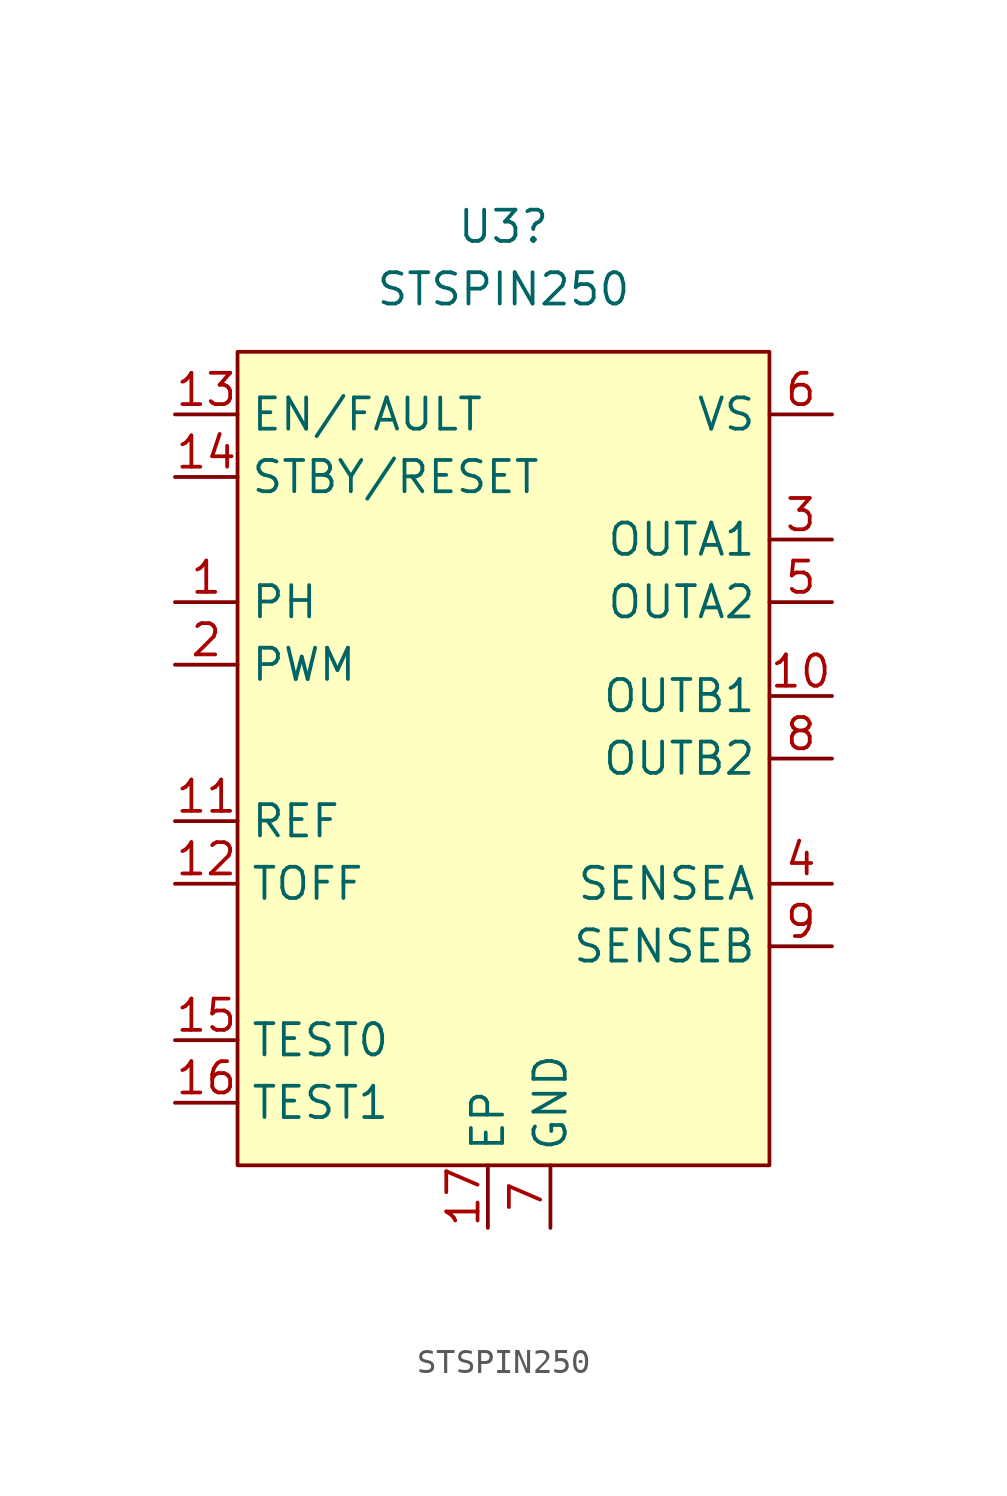
<source format=kicad_sym>
(kicad_symbol_lib
  (version 20211014)
  (generator kicad_symbol_editor)
  (symbol "STSPIN250"
    (property "Reference" "U3"
      (at -0.635 10.16 0)
      (effects (font (size 1.27 1.27))))
    (property "Value" "STSPIN250"
      (at -0.635 7.62 0)
      (effects (font (size 1.27 1.27))))
    (symbol "STSPIN250_0_0"
      (pin input line (at 12.7 -8.89 180) (length 2.54) (name "OUTB1" (effects (font (size 1.27 1.27)))) (number "10" (effects (font (size 1.27 1.27)))))
      (pin input line (at -13.97 -13.97 0) (length 2.54) (name "REF" (effects (font (size 1.27 1.27)))) (number "11" (effects (font (size 1.27 1.27)))))
      (pin input line (at -13.97 -16.51 0) (length 2.54) (name "TOFF" (effects (font (size 1.27 1.27)))) (number "12" (effects (font (size 1.27 1.27)))))
      (pin input line (at -13.97 2.54 0) (length 2.54) (name "EN/FAULT" (effects (font (size 1.27 1.27)))) (number "13" (effects (font (size 1.27 1.27)))))
      (pin input line (at -13.97 0 0) (length 2.54) (name "STBY/RESET" (effects (font (size 1.27 1.27)))) (number "14" (effects (font (size 1.27 1.27)))))
      (pin input line (at -13.97 -22.86 0) (length 2.54) (name "TEST0" (effects (font (size 1.27 1.27)))) (number "15" (effects (font (size 1.27 1.27)))))
      (pin input line (at -13.97 -25.4 0) (length 2.54) (name "TEST1" (effects (font (size 1.27 1.27)))) (number "16" (effects (font (size 1.27 1.27)))))
      (pin input line (at -1.27 -30.48 90) (length 2.54) (name "EP" (effects (font (size 1.27 1.27)))) (number "17" (effects (font (size 1.27 1.27)))))
      (pin input line (at -13.97 -7.62 0) (length 2.54) (name "PWM" (effects (font (size 1.27 1.27)))) (number "2" (effects (font (size 1.27 1.27)))))
      (pin input line (at 12.7 -2.54 180) (length 2.54) (name "OUTA1" (effects (font (size 1.27 1.27)))) (number "3" (effects (font (size 1.27 1.27)))))
      (pin input line (at 12.7 -16.51 180) (length 2.54) (name "SENSEA" (effects (font (size 1.27 1.27)))) (number "4" (effects (font (size 1.27 1.27)))))
      (pin input line (at 12.7 -5.08 180) (length 2.54) (name "OUTA2" (effects (font (size 1.27 1.27)))) (number "5" (effects (font (size 1.27 1.27)))))
      (pin input line (at 12.7 2.54 180) (length 2.54) (name "VS" (effects (font (size 1.27 1.27)))) (number "6" (effects (font (size 1.27 1.27)))))
      (pin input line (at 1.27 -30.48 90) (length 2.54) (name "GND" (effects (font (size 1.27 1.27)))) (number "7" (effects (font (size 1.27 1.27)))))
      (pin input line (at 12.7 -11.43 180) (length 2.54) (name "OUTB2" (effects (font (size 1.27 1.27)))) (number "8" (effects (font (size 1.27 1.27)))))
      (pin input line (at 12.7 -19.05 180) (length 2.54) (name "SENSEB" (effects (font (size 1.27 1.27)))) (number "9" (effects (font (size 1.27 1.27))))))
    (symbol "STSPIN250_0_1"
      (rectangle (start -11.43 5.08) (end 10.16 -27.94) (stroke (width 0.152) (type default) (color 0 0 0 0)) (fill (type background))))
    (symbol "STSPIN250_1_1"
      (pin input line (at -13.97 -5.08 0) (length 2.54) (name "PH" (effects (font (size 1.27 1.27)))) (number "1" (effects (font (size 1.27 1.27))))))))
</source>
